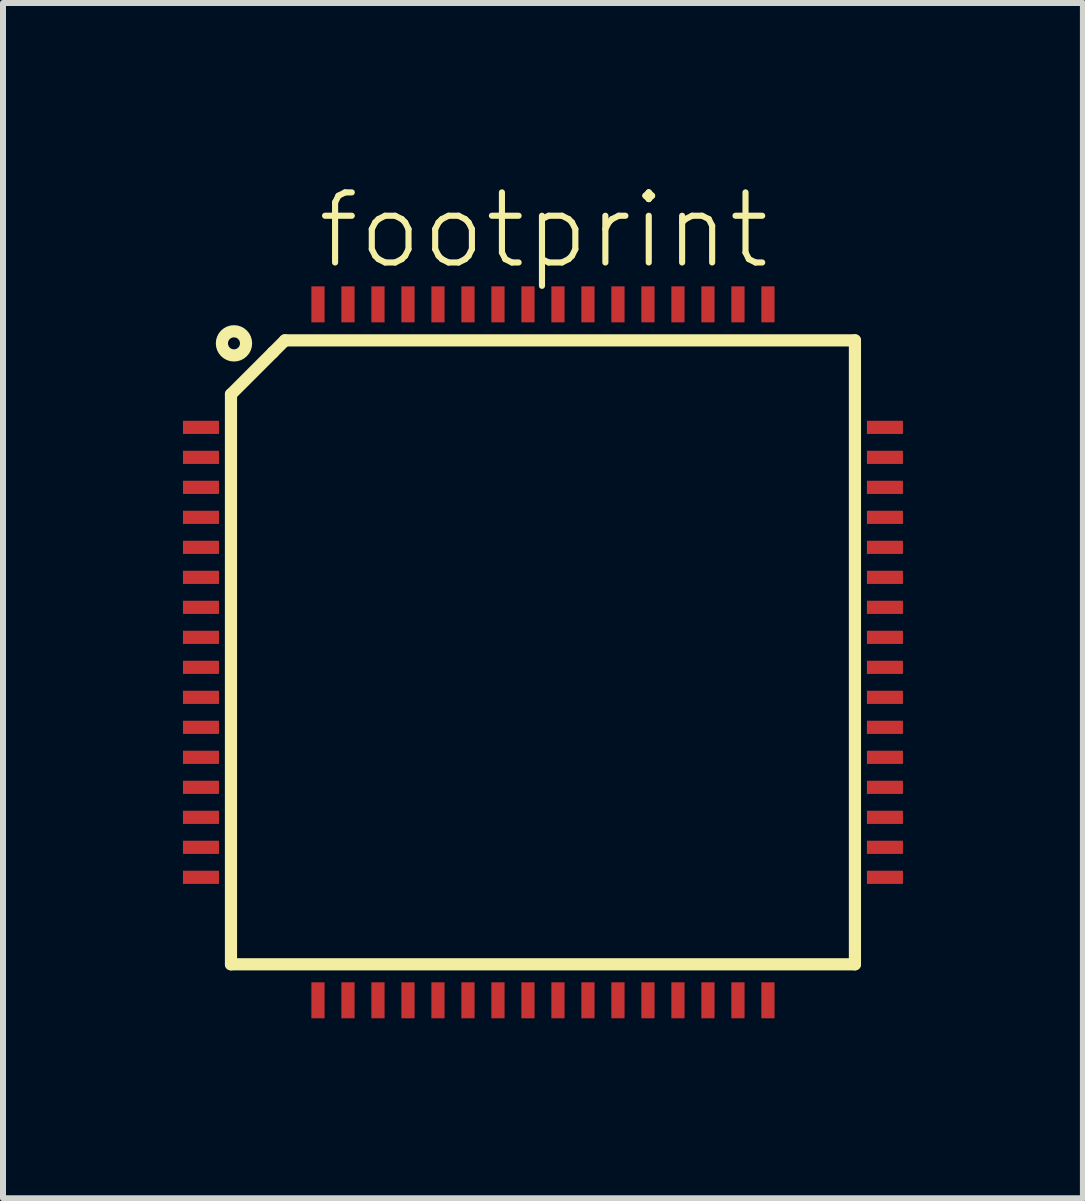
<source format=kicad_pcb>
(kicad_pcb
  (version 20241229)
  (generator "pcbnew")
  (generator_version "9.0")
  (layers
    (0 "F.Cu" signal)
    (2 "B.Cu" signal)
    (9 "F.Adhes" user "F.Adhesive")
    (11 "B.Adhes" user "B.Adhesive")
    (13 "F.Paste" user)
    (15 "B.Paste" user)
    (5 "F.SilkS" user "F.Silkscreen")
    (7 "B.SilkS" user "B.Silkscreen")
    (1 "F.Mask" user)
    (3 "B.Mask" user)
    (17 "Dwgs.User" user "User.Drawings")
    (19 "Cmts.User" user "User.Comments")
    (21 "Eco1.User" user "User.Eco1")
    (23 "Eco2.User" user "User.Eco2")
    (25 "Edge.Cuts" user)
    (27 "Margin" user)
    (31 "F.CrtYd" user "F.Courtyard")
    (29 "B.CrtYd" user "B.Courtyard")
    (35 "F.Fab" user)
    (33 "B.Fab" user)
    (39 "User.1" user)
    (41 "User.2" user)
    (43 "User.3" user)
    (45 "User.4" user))
  (footprint "footprint"
    (layer "F.Cu")
    (at 6 7.823)
    (property "Reference" "footprint" (at -3.81 -6.35 0) (layer "F.SilkS") (effects (font (size 1.168 1.168) (thickness 0.102)) (justify left bottom)))
    (fp_line (start -5.2 -4.3) (end -4.5 -5) (stroke (width 0.203) (type solid)) (layer "F.SilkS"))
    (fp_line (start -5.2 5.2) (end -5.2 -4.3) (stroke (width 0.203) (type solid)) (layer "F.SilkS"))
    (fp_line (start -4.5 -5) (end -4.3 -5.2) (stroke (width 0.203) (type solid)) (layer "F.SilkS"))
    (fp_line (start -4.3 -5.2) (end 5.2 -5.2) (stroke (width 0.203) (type solid)) (layer "F.SilkS"))
    (fp_line (start 5.2 -5.2) (end 5.2 5.2) (stroke (width 0.203) (type solid)) (layer "F.SilkS"))
    (fp_line (start 5.2 5.2) (end -5.2 5.2) (stroke (width 0.203) (type solid)) (layer "F.SilkS"))
    (fp_circle (center -5.15 -5.15) (end -5.05 -5.15) (stroke (width 0.203) (type solid)) (fill no) (layer "F.SilkS"))
    (pad "1" smd rect (at -5.7 -3.75 90) (size 0.22 0.6) (layers "F.Cu" "F.Mask" "F.Paste"))
    (pad "2" smd rect (at -5.7 -3.25 90) (size 0.22 0.6) (layers "F.Cu" "F.Mask" "F.Paste"))
    (pad "3" smd rect (at -5.7 -2.75 90) (size 0.22 0.6) (layers "F.Cu" "F.Mask" "F.Paste"))
    (pad "4" smd rect (at -5.7 -2.25 90) (size 0.22 0.6) (layers "F.Cu" "F.Mask" "F.Paste"))
    (pad "5" smd rect (at -5.7 -1.75 90) (size 0.22 0.6) (layers "F.Cu" "F.Mask" "F.Paste"))
    (pad "6" smd rect (at -5.7 -1.25 90) (size 0.22 0.6) (layers "F.Cu" "F.Mask" "F.Paste"))
    (pad "7" smd rect (at -5.7 -0.75 90) (size 0.22 0.6) (layers "F.Cu" "F.Mask" "F.Paste"))
    (pad "8" smd rect (at -5.7 -0.25 90) (size 0.22 0.6) (layers "F.Cu" "F.Mask" "F.Paste"))
    (pad "9" smd rect (at -5.7 0.25 90) (size 0.22 0.6) (layers "F.Cu" "F.Mask" "F.Paste"))
    (pad "10" smd rect (at -5.7 0.75 90) (size 0.22 0.6) (layers "F.Cu" "F.Mask" "F.Paste"))
    (pad "11" smd rect (at -5.7 1.25 90) (size 0.22 0.6) (layers "F.Cu" "F.Mask" "F.Paste"))
    (pad "12" smd rect (at -5.7 1.75 90) (size 0.22 0.6) (layers "F.Cu" "F.Mask" "F.Paste"))
    (pad "13" smd rect (at -5.7 2.25 90) (size 0.22 0.6) (layers "F.Cu" "F.Mask" "F.Paste"))
    (pad "14" smd rect (at -5.7 2.75 90) (size 0.22 0.6) (layers "F.Cu" "F.Mask" "F.Paste"))
    (pad "15" smd rect (at -5.7 3.25 90) (size 0.22 0.6) (layers "F.Cu" "F.Mask" "F.Paste"))
    (pad "16" smd rect (at -5.7 3.75 90) (size 0.22 0.6) (layers "F.Cu" "F.Mask" "F.Paste"))
    (pad "17" smd rect (at -3.75 5.8) (size 0.22 0.6) (layers "F.Cu" "F.Mask" "F.Paste"))
    (pad "18" smd rect (at -3.25 5.8) (size 0.22 0.6) (layers "F.Cu" "F.Mask" "F.Paste"))
    (pad "19" smd rect (at -2.75 5.8) (size 0.22 0.6) (layers "F.Cu" "F.Mask" "F.Paste"))
    (pad "20" smd rect (at -2.25 5.8) (size 0.22 0.6) (layers "F.Cu" "F.Mask" "F.Paste"))
    (pad "21" smd rect (at -1.75 5.8) (size 0.22 0.6) (layers "F.Cu" "F.Mask" "F.Paste"))
    (pad "22" smd rect (at -1.25 5.8) (size 0.22 0.6) (layers "F.Cu" "F.Mask" "F.Paste"))
    (pad "23" smd rect (at -0.75 5.8) (size 0.22 0.6) (layers "F.Cu" "F.Mask" "F.Paste"))
    (pad "24" smd rect (at -0.25 5.8) (size 0.22 0.6) (layers "F.Cu" "F.Mask" "F.Paste"))
    (pad "25" smd rect (at 0.25 5.8) (size 0.22 0.6) (layers "F.Cu" "F.Mask" "F.Paste"))
    (pad "26" smd rect (at 0.75 5.8) (size 0.22 0.6) (layers "F.Cu" "F.Mask" "F.Paste"))
    (pad "27" smd rect (at 1.25 5.8) (size 0.22 0.6) (layers "F.Cu" "F.Mask" "F.Paste"))
    (pad "28" smd rect (at 1.75 5.8) (size 0.22 0.6) (layers "F.Cu" "F.Mask" "F.Paste"))
    (pad "29" smd rect (at 2.25 5.8) (size 0.22 0.6) (layers "F.Cu" "F.Mask" "F.Paste"))
    (pad "30" smd rect (at 2.75 5.8) (size 0.22 0.6) (layers "F.Cu" "F.Mask" "F.Paste"))
    (pad "31" smd rect (at 3.25 5.8) (size 0.22 0.6) (layers "F.Cu" "F.Mask" "F.Paste"))
    (pad "32" smd rect (at 3.75 5.8) (size 0.22 0.6) (layers "F.Cu" "F.Mask" "F.Paste"))
    (pad "33" smd rect (at 5.7 3.75 270) (size 0.22 0.6) (layers "F.Cu" "F.Mask" "F.Paste"))
    (pad "34" smd rect (at 5.7 3.25 270) (size 0.22 0.6) (layers "F.Cu" "F.Mask" "F.Paste"))
    (pad "35" smd rect (at 5.7 2.75 270) (size 0.22 0.6) (layers "F.Cu" "F.Mask" "F.Paste"))
    (pad "36" smd rect (at 5.7 2.25 270) (size 0.22 0.6) (layers "F.Cu" "F.Mask" "F.Paste"))
    (pad "37" smd rect (at 5.7 1.75 270) (size 0.22 0.6) (layers "F.Cu" "F.Mask" "F.Paste"))
    (pad "38" smd rect (at 5.7 1.25 270) (size 0.22 0.6) (layers "F.Cu" "F.Mask" "F.Paste"))
    (pad "39" smd rect (at 5.7 0.75 270) (size 0.22 0.6) (layers "F.Cu" "F.Mask" "F.Paste"))
    (pad "40" smd rect (at 5.7 0.25 270) (size 0.22 0.6) (layers "F.Cu" "F.Mask" "F.Paste"))
    (pad "41" smd rect (at 5.7 -0.25 270) (size 0.22 0.6) (layers "F.Cu" "F.Mask" "F.Paste"))
    (pad "42" smd rect (at 5.7 -0.75 270) (size 0.22 0.6) (layers "F.Cu" "F.Mask" "F.Paste"))
    (pad "43" smd rect (at 5.7 -1.25 270) (size 0.22 0.6) (layers "F.Cu" "F.Mask" "F.Paste"))
    (pad "44" smd rect (at 5.7 -1.75 270) (size 0.22 0.6) (layers "F.Cu" "F.Mask" "F.Paste"))
    (pad "45" smd rect (at 5.7 -2.25 270) (size 0.22 0.6) (layers "F.Cu" "F.Mask" "F.Paste"))
    (pad "46" smd rect (at 5.7 -2.75 270) (size 0.22 0.6) (layers "F.Cu" "F.Mask" "F.Paste"))
    (pad "47" smd rect (at 5.7 -3.25 270) (size 0.22 0.6) (layers "F.Cu" "F.Mask" "F.Paste"))
    (pad "48" smd rect (at 5.7 -3.75 270) (size 0.22 0.6) (layers "F.Cu" "F.Mask" "F.Paste"))
    (pad "49" smd rect (at 3.75 -5.8 180) (size 0.22 0.6) (layers "F.Cu" "F.Mask" "F.Paste"))
    (pad "50" smd rect (at 3.25 -5.8 180) (size 0.22 0.6) (layers "F.Cu" "F.Mask" "F.Paste"))
    (pad "51" smd rect (at 2.75 -5.8 180) (size 0.22 0.6) (layers "F.Cu" "F.Mask" "F.Paste"))
    (pad "52" smd rect (at 2.25 -5.8 180) (size 0.22 0.6) (layers "F.Cu" "F.Mask" "F.Paste"))
    (pad "53" smd rect (at 1.75 -5.8 180) (size 0.22 0.6) (layers "F.Cu" "F.Mask" "F.Paste"))
    (pad "54" smd rect (at 1.25 -5.8 180) (size 0.22 0.6) (layers "F.Cu" "F.Mask" "F.Paste"))
    (pad "55" smd rect (at 0.75 -5.8 180) (size 0.22 0.6) (layers "F.Cu" "F.Mask" "F.Paste"))
    (pad "56" smd rect (at 0.25 -5.8 180) (size 0.22 0.6) (layers "F.Cu" "F.Mask" "F.Paste"))
    (pad "57" smd rect (at -0.25 -5.8 180) (size 0.22 0.6) (layers "F.Cu" "F.Mask" "F.Paste"))
    (pad "58" smd rect (at -0.75 -5.8 180) (size 0.22 0.6) (layers "F.Cu" "F.Mask" "F.Paste"))
    (pad "59" smd rect (at -1.25 -5.8 180) (size 0.22 0.6) (layers "F.Cu" "F.Mask" "F.Paste"))
    (pad "60" smd rect (at -1.75 -5.8 180) (size 0.22 0.6) (layers "F.Cu" "F.Mask" "F.Paste"))
    (pad "61" smd rect (at -2.25 -5.8 180) (size 0.22 0.6) (layers "F.Cu" "F.Mask" "F.Paste"))
    (pad "62" smd rect (at -2.75 -5.8 180) (size 0.22 0.6) (layers "F.Cu" "F.Mask" "F.Paste"))
    (pad "63" smd rect (at -3.25 -5.8 180) (size 0.22 0.6) (layers "F.Cu" "F.Mask" "F.Paste"))
    (pad "64" smd rect (at -3.75 -5.8 180) (size 0.22 0.6) (layers "F.Cu" "F.Mask" "F.Paste")))
  (gr_rect
    (start -3 -3)
    (end 15 16.923)
    (stroke (width 0.1) (type default))
    (fill no)
    (layer "Edge.Cuts")))
</source>
